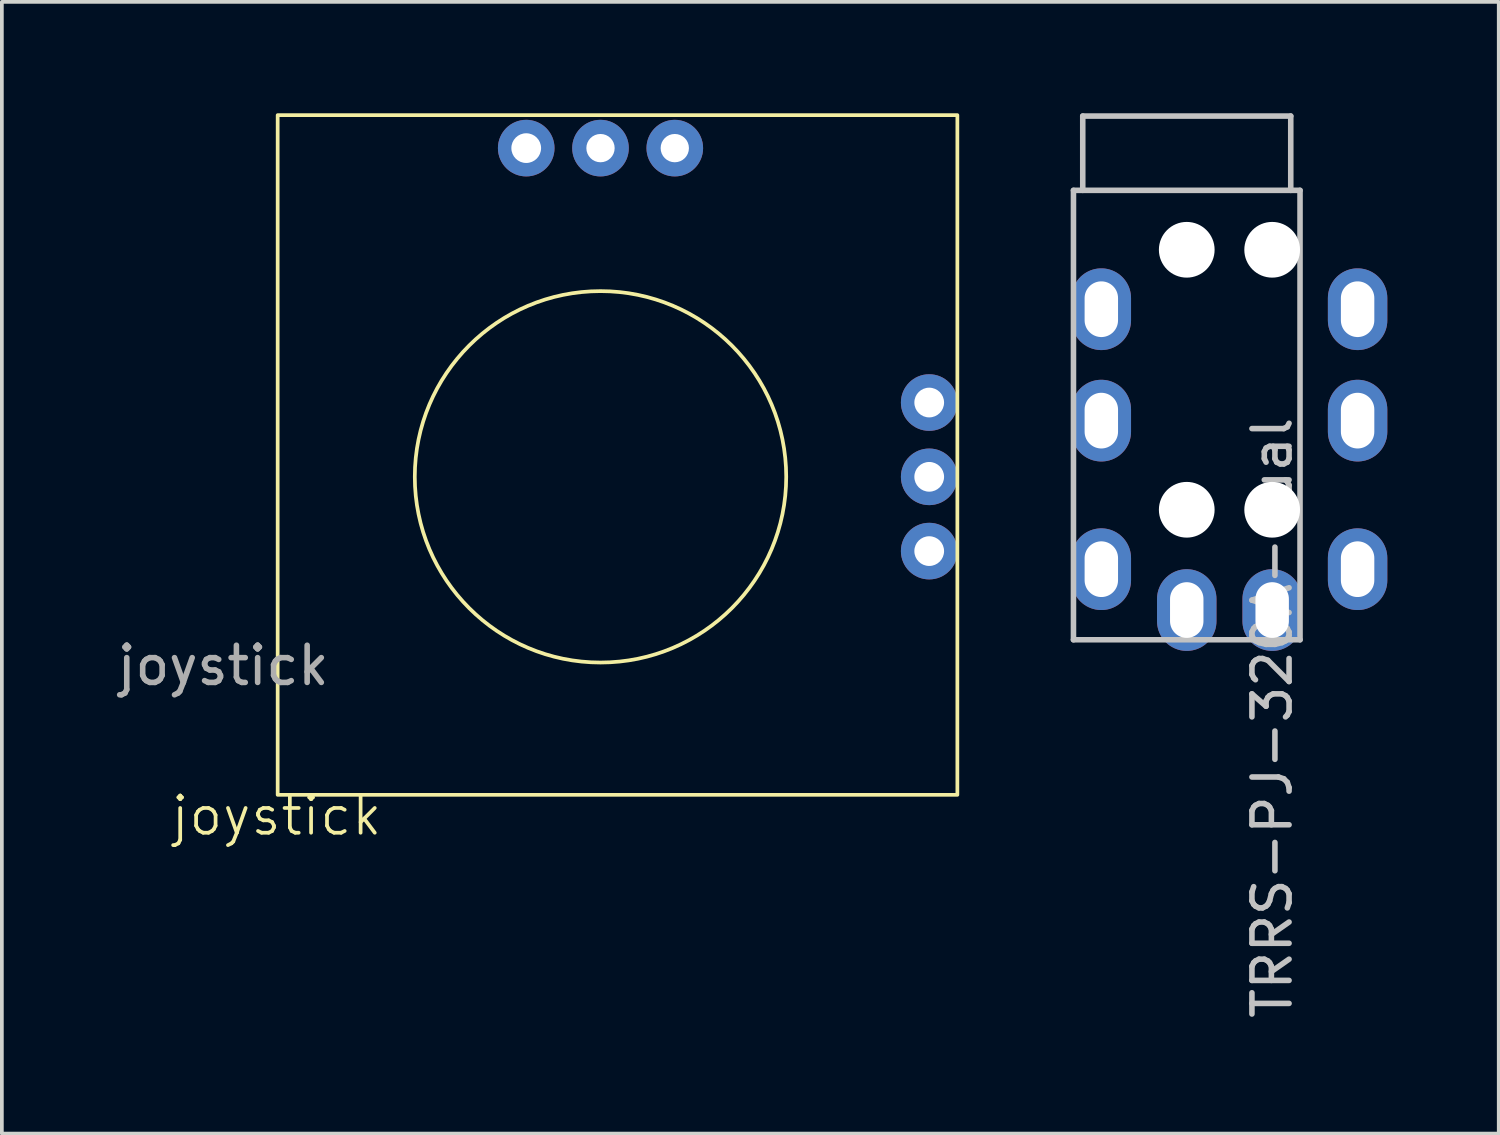
<source format=kicad_pcb>
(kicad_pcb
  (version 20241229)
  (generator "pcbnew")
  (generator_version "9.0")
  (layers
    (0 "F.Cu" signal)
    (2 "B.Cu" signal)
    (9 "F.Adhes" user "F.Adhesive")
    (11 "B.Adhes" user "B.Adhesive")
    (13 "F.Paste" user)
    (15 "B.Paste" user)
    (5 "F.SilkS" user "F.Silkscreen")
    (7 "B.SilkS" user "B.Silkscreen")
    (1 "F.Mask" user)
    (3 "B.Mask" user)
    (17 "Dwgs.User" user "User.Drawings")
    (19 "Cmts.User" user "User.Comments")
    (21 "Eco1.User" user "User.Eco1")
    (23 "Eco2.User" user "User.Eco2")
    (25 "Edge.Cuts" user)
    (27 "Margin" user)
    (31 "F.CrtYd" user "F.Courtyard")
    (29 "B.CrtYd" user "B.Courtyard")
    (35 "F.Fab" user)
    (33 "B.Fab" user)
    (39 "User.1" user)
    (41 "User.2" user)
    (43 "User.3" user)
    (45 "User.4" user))
  (footprint "joystick"
    (layer "F.Cu")
    (at 13.118 9.788)
    (property "Reference" "joystick" (at -8.721 9.125 0) (unlocked yes) (layer "F.SilkS") (effects (font (size 1 1) (thickness 0.1))))
    (attr through_hole)
    (fp_rect (start -8.692 -9.738) (end 9.608 8.562) (stroke (width 0.1) (type solid)) (fill no) (layer "F.SilkS"))
    (fp_circle (center 0 0) (end 5 0) (stroke (width 0.1) (type solid)) (fill no) (layer "F.SilkS"))
    (fp_text user "${REFERENCE}" (at -10.16 5.08 0) (unlocked yes) (layer "F.Fab") (effects (font (size 1 1) (thickness 0.15))))
    (pad "1" thru_hole circle (at -2 -8.85) (size 1.524 1.524) (drill 0.8) (layers "*.Cu" "*.Mask"))
    (pad "1" thru_hole circle (at 8.85 2) (size 1.524 1.524) (drill 0.8) (layers "*.Cu" "*.Mask"))
    (pad "2" thru_hole circle (at 0 -8.85) (size 1.524 1.524) (drill 0.762) (layers "*.Cu" "*.Mask"))
    (pad "3" thru_hole circle (at 8.85 0) (size 1.524 1.524) (drill 0.8) (layers "*.Cu" "*.Mask"))
    (pad "4" thru_hole circle (at 2 -8.85) (size 1.524 1.524) (drill 0.762) (layers "*.Cu" "*.Mask"))
    (pad "4" thru_hole circle (at 8.85 -2) (size 1.524 1.524) (drill 0.8) (layers "*.Cu" "*.Mask")))
  (footprint "TRRS-PJ-320A-dual"
    (layer "F.Cu")
    (at 31.202 2.075)
    (property "Reference" "TRRS-PJ-320A-dual" (at 0 14.2 90) (layer "Dwgs.User") (effects (font (size 1 1) (thickness 0.15))))
    (attr through_hole)
    (fp_line (start -5.35 0) (end -5.35 12.1) (stroke (width 0.15) (type solid)) (layer "Dwgs.User"))
    (fp_line (start -5.1 0) (end -5.1 -2) (stroke (width 0.15) (type solid)) (layer "Dwgs.User"))
    (fp_line (start 0.5 -2) (end -5.1 -2) (stroke (width 0.15) (type solid)) (layer "Dwgs.User"))
    (fp_line (start 0.5 0) (end 0.5 -2) (stroke (width 0.15) (type solid)) (layer "Dwgs.User"))
    (fp_line (start 0.75 0) (end -5.35 0) (stroke (width 0.15) (type solid)) (layer "Dwgs.User"))
    (fp_line (start 0.75 0) (end 0.75 12.1) (stroke (width 0.15) (type solid)) (layer "Dwgs.User"))
    (fp_line (start 0.75 12.1) (end -5.35 12.1) (stroke (width 0.15) (type solid)) (layer "Dwgs.User"))
    (pad "" np_thru_hole circle (at -2.3 1.6 90) (size 1.5 1.5) (drill 1.5) (layers "*.Cu" "*.Mask"))
    (pad "" np_thru_hole circle (at -2.3 8.6 90) (size 1.5 1.5) (drill 1.5) (layers "*.Cu" "*.Mask"))
    (pad "" np_thru_hole circle (at 0 1.6 90) (size 1.5 1.5) (drill 1.5) (layers "*.Cu" "*.Mask"))
    (pad "" np_thru_hole circle (at 0 8.6 90) (size 1.5 1.5) (drill 1.5) (layers "*.Cu" "*.Mask"))
    (pad "1" thru_hole oval (at -2.3 11.3) (size 1.6 2.2) (drill oval 0.9 1.5) (layers "*.Cu" "*.Mask"))
    (pad "1" thru_hole oval (at 0 11.3) (size 1.6 2.2) (drill oval 0.9 1.5) (layers "*.Cu" "*.Mask"))
    (pad "2" thru_hole oval (at -4.6 10.2) (size 1.6 2.2) (drill oval 0.9 1.5) (layers "*.Cu" "*.Mask"))
    (pad "2" thru_hole oval (at 2.3 10.2) (size 1.6 2.2) (drill oval 0.9 1.5) (layers "*.Cu" "*.Mask"))
    (pad "3" thru_hole oval (at -4.6 6.2) (size 1.6 2.2) (drill oval 0.9 1.5) (layers "*.Cu" "*.Mask"))
    (pad "3" thru_hole oval (at 2.3 6.2) (size 1.6 2.2) (drill oval 0.9 1.5) (layers "*.Cu" "*.Mask"))
    (pad "4" thru_hole oval (at -4.6 3.2) (size 1.6 2.2) (drill oval 0.9 1.5) (layers "*.Cu" "*.Mask"))
    (pad "4" thru_hole oval (at 2.3 3.2) (size 1.6 2.2) (drill oval 0.9 1.5) (layers "*.Cu" "*.Mask")))
  (gr_rect
    (start -3 -3)
    (end 37.302 27.471)
    (stroke (width 0.1) (type default))
    (fill no)
    (layer "Edge.Cuts")))
</source>
